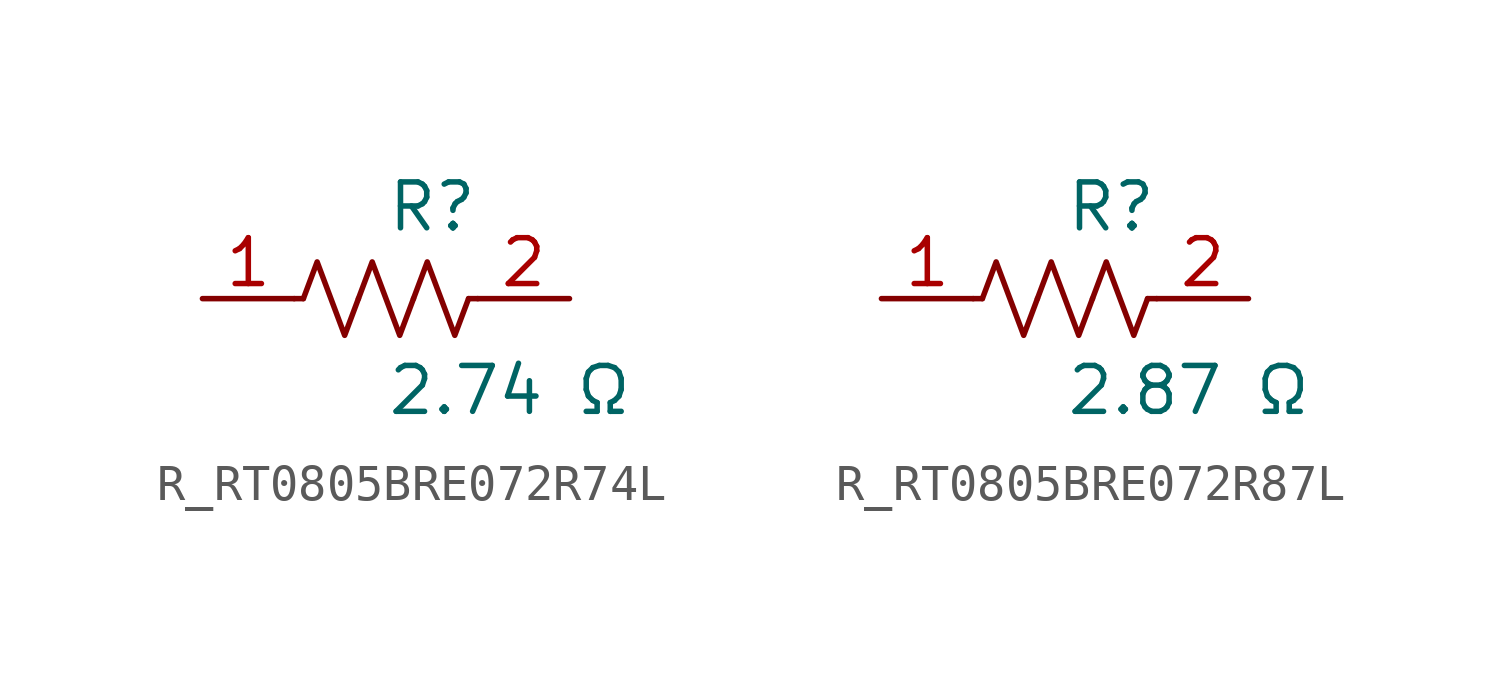
<source format=kicad_sym>
(kicad_symbol_lib
  (version 20231120)
  (generator kicad_symbol_editor)
  (generator_version 8.0)
  (symbol "R_RT0805BRE072R74L"
    (pin_names
      (offset 0.254))
    (property "Reference" "R"
      (at 0.0 2.54 0)
      (effects (font (size 1.27 1.27)) (justify left)))
    (property "Value" "2.74 Ω"
      (at 0.0 -2.54 0)
      (effects (font (size 1.27 1.27)) (justify left)))
    (symbol "R_RT0805BRE072R74L_0_1"
      (polyline (pts (xy 2.286 0) (xy 2.54 0)) (stroke (width 0) (type default)) (fill (type none)))
      (polyline (pts (xy -2.286 0) (xy -2.54 0)) (stroke (width 0) (type default)) (fill (type none)))
      (polyline (pts (xy 0.762 0) (xy 1.143 1.016) (xy 1.524 0) (xy 1.905 -1.016) (xy 2.286 0)) (stroke (width 0) (type default)) (fill (type none)))
      (polyline (pts (xy -0.762 0) (xy -0.381 1.016) (xy 0 0) (xy 0.381 -1.016) (xy 0.762 0)) (stroke (width 0) (type default)) (fill (type none)))
      (polyline (pts (xy -2.286 0) (xy -1.905 1.016) (xy -1.524 0) (xy -1.143 -1.016) (xy -0.762 0)) (stroke (width 0) (type default)) (fill (type none))))
    (pin unspecified line
      (at -5.08 0 0)
      (length 2.54)
      (name "" (effects (font (size 1.27 1.27))))
      (number "1" (effects (font (size 1.27 1.27)))))
    (pin unspecified line
      (at 5.08 0 180)
      (length 2.54)
      (name "" (effects (font (size 1.27 1.27))))
      (number "2" (effects (font (size 1.27 1.27))))))
  (symbol "R_RT0805BRE072R87L"
    (pin_names
      (offset 0.254))
    (property "Reference" "R"
      (at 0.0 2.54 0)
      (effects (font (size 1.27 1.27)) (justify left)))
    (property "Value" "2.87 Ω"
      (at 0.0 -2.54 0)
      (effects (font (size 1.27 1.27)) (justify left)))
    (symbol "R_RT0805BRE072R87L_0_1"
      (polyline (pts (xy 2.286 0) (xy 2.54 0)) (stroke (width 0) (type default)) (fill (type none)))
      (polyline (pts (xy -2.286 0) (xy -2.54 0)) (stroke (width 0) (type default)) (fill (type none)))
      (polyline (pts (xy 0.762 0) (xy 1.143 1.016) (xy 1.524 0) (xy 1.905 -1.016) (xy 2.286 0)) (stroke (width 0) (type default)) (fill (type none)))
      (polyline (pts (xy -0.762 0) (xy -0.381 1.016) (xy 0 0) (xy 0.381 -1.016) (xy 0.762 0)) (stroke (width 0) (type default)) (fill (type none)))
      (polyline (pts (xy -2.286 0) (xy -1.905 1.016) (xy -1.524 0) (xy -1.143 -1.016) (xy -0.762 0)) (stroke (width 0) (type default)) (fill (type none))))
    (pin unspecified line
      (at -5.08 0 0)
      (length 2.54)
      (name "" (effects (font (size 1.27 1.27))))
      (number "1" (effects (font (size 1.27 1.27)))))
    (pin unspecified line
      (at 5.08 0 180)
      (length 2.54)
      (name "" (effects (font (size 1.27 1.27))))
      (number "2" (effects (font (size 1.27 1.27)))))))
</source>
